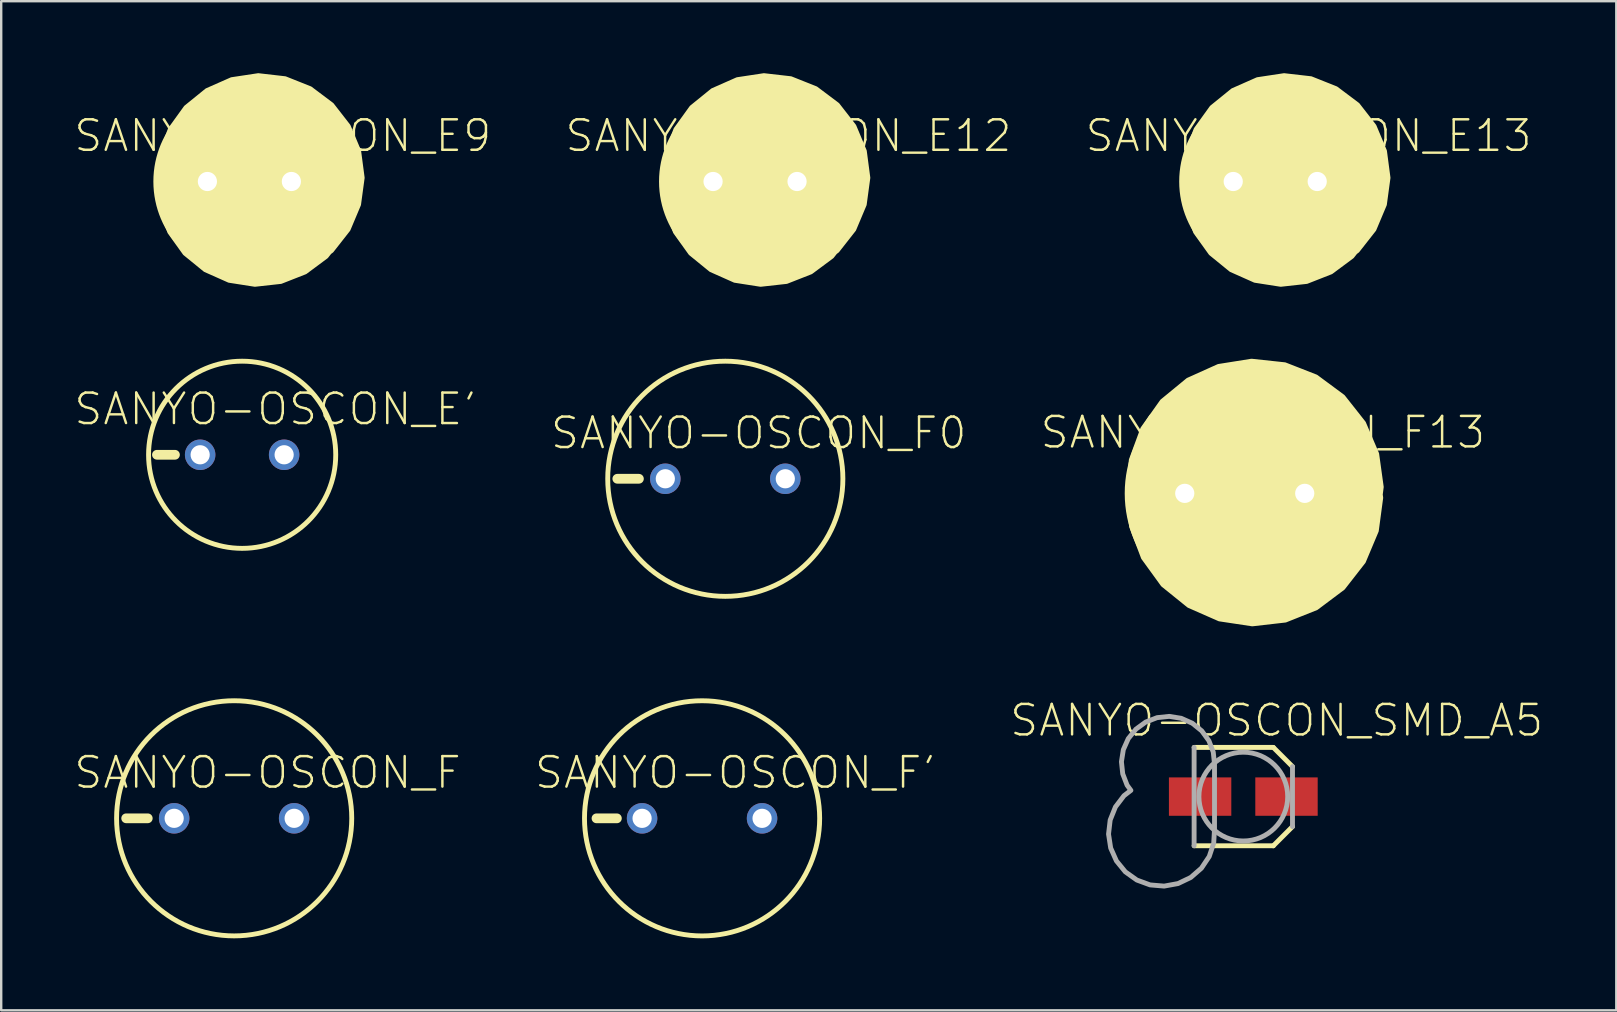
<source format=kicad_pcb>
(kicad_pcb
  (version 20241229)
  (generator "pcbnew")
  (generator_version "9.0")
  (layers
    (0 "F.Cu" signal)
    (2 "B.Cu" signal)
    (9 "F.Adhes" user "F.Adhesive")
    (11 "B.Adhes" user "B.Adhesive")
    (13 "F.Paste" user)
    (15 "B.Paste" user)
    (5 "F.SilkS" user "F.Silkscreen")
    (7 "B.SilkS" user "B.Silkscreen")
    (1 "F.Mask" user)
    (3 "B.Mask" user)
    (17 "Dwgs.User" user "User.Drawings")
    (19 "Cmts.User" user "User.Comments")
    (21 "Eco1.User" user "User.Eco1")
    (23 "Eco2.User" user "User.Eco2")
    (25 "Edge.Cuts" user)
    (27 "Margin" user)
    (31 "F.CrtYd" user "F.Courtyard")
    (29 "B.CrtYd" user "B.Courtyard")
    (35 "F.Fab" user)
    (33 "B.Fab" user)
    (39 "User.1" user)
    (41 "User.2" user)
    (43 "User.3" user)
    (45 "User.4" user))
  (footprint "SANYO-OSCON_F"
    (layer "F.Cu")
    (at 6.708 31.052)
    (property "Reference" "SANYO-OSCON_F" (at 1.391 -1.905 0) (layer "F.SilkS") (effects (font (size 1.27 1.27) (thickness 0.102))))
    (attr through_hole)
    (fp_line (start -4.5 0) (end -3.6 0) (stroke (width 0.406) (type solid)) (layer "F.SilkS"))
    (fp_circle (center 0 0) (end 4.9 0) (stroke (width 0.203) (type solid)) (fill no) (layer "F.SilkS"))
    (pad "+" thru_hole circle (at 2.5 0) (size 1.27 1.27) (drill 0.8) (layers "*.Cu" "*.Mask"))
    (pad "-" thru_hole circle (at -2.5 0) (size 1.27 1.27) (drill 0.8) (layers "*.Cu" "*.Mask")))
  (footprint "SANYO-OSCON_E13"
    (layer "F.Cu")
    (at 50.093 4.514)
    (property "Reference" "SANYO-OSCON_E13" (at 1.391 -1.905 0) (layer "F.SilkS") (effects (font (size 1.27 1.27) (thickness 0.102))))
    (attr through_hole)
    (fp_circle (center 0 0) (end 3.9 0) (stroke (width 0.203) (type solid)) (fill no) (layer "F.SilkS"))
    (fp_poly (pts (xy -2.65 -2.7) (xy -2.65 2.75) (xy -1.779 3.46) (xy -0.752 3.917) (xy 0.358 4.09) (xy 1.475 3.965) (xy 2.52 3.552) (xy 3.421 2.879) (xy 4.114 1.995) (xy 4.55 0.959) (xy 4.701 -0.155) (xy 4.554 -1.269) (xy 4.12 -2.306) (xy 3.43 -3.193) (xy 2.532 -3.868) (xy 1.488 -4.284) (xy 0.371 -4.412) (xy -0.74 -4.244) (xy -1.768 -3.79) (xy -2.641 -3.082) (xy -3.298 -2.171) (xy -3.694 -1.119) (xy -3.8 -0.000001) (xy -3.699 1.083) (xy -3.317 2.103) (xy -2.683 2.987) (xy -1.84 3.674) (xy -0.846 4.117) (xy 0.23 4.285) (xy 1.311 4.165) (xy 2.324 3.767) (xy 3.197 3.118) (xy 3.871 2.264) (xy 4.297 1.262) (xy 4.447 0.185) (xy 4.31 -0.895) (xy 3.895 -1.901) (xy 3.231 -2.763) (xy 2.366 -3.422) (xy 1.358 -3.832) (xy 0.277 -3.964) (xy -0.8 -3.809) (xy -1.799 -3.378) (xy -2.65 -2.7)) (stroke (width 0.203) (type solid)) (fill yes) (layer "F.SilkS"))
    (pad "+" thru_hole circle (at 1.75 0) (size 1.27 1.27) (drill 0.8) (layers "*.Cu" "*.Mask"))
    (pad "-" thru_hole circle (at -1.75 0) (size 1.27 1.27) (drill 0.8) (layers "*.Cu" "*.Mask")))
  (footprint "SANYO-OSCON_E9"
    (layer "F.Cu")
    (at 7.343 4.514)
    (property "Reference" "SANYO-OSCON_E9" (at 1.391 -1.905 0) (layer "F.SilkS") (effects (font (size 1.27 1.27) (thickness 0.102))))
    (attr through_hole)
    (fp_circle (center 0 0) (end 3.9 0) (stroke (width 0.203) (type solid)) (fill no) (layer "F.SilkS"))
    (fp_poly (pts (xy -2.65 -2.7) (xy -2.65 2.75) (xy -1.779 3.46) (xy -0.752 3.917) (xy 0.358 4.09) (xy 1.475 3.965) (xy 2.52 3.552) (xy 3.421 2.879) (xy 4.114 1.995) (xy 4.55 0.959) (xy 4.701 -0.155) (xy 4.554 -1.269) (xy 4.12 -2.306) (xy 3.43 -3.193) (xy 2.532 -3.868) (xy 1.488 -4.284) (xy 0.371 -4.412) (xy -0.74 -4.244) (xy -1.768 -3.79) (xy -2.641 -3.082) (xy -3.298 -2.171) (xy -3.694 -1.119) (xy -3.8 -0.000001) (xy -3.699 1.083) (xy -3.317 2.103) (xy -2.683 2.987) (xy -1.84 3.674) (xy -0.846 4.117) (xy 0.23 4.285) (xy 1.311 4.165) (xy 2.324 3.767) (xy 3.197 3.118) (xy 3.871 2.264) (xy 4.297 1.262) (xy 4.447 0.185) (xy 4.31 -0.895) (xy 3.895 -1.901) (xy 3.231 -2.763) (xy 2.366 -3.422) (xy 1.358 -3.832) (xy 0.277 -3.964) (xy -0.8 -3.809) (xy -1.799 -3.378) (xy -2.65 -2.7)) (stroke (width 0.203) (type solid)) (fill yes) (layer "F.SilkS"))
    (pad "+" thru_hole circle (at 1.75 0) (size 1.27 1.27) (drill 0.8) (layers "*.Cu" "*.Mask"))
    (pad "-" thru_hole circle (at -1.75 0) (size 1.27 1.27) (drill 0.8) (layers "*.Cu" "*.Mask")))
  (footprint "SANYO-OSCON_E'"
    (layer "F.Cu")
    (at 7.041 15.902)
    (property "Reference" "SANYO-OSCON_E'" (at 1.391 -1.905 0) (layer "F.SilkS") (effects (font (size 1.27 1.27) (thickness 0.102))))
    (attr through_hole)
    (fp_line (start -3.55 0) (end -2.8 0) (stroke (width 0.406) (type solid)) (layer "F.SilkS"))
    (fp_circle (center 0 0) (end 3.9 0) (stroke (width 0.203) (type solid)) (fill no) (layer "F.SilkS"))
    (pad "+" thru_hole circle (at 1.75 0) (size 1.27 1.27) (drill 0.8) (layers "*.Cu" "*.Mask"))
    (pad "-" thru_hole circle (at -1.75 0) (size 1.27 1.27) (drill 0.8) (layers "*.Cu" "*.Mask")))
  (footprint "SANYO-OSCON_F'"
    (layer "F.Cu")
    (at 26.208 31.053)
    (property "Reference" "SANYO-OSCON_F'" (at 1.391 -1.905 0) (layer "F.SilkS") (effects (font (size 1.27 1.27) (thickness 0.102))))
    (attr through_hole)
    (fp_line (start -3.55 0) (end -4.4 0) (stroke (width 0.406) (type solid)) (layer "F.SilkS"))
    (fp_circle (center 0 0) (end 4.9 0) (stroke (width 0.203) (type solid)) (fill no) (layer "F.SilkS"))
    (pad "+" thru_hole circle (at 2.5 0) (size 1.27 1.27) (drill 0.8) (layers "*.Cu" "*.Mask"))
    (pad "-" thru_hole circle (at -2.5 0) (size 1.27 1.27) (drill 0.8) (layers "*.Cu" "*.Mask")))
  (footprint "SANYO-OSCON_E12"
    (layer "F.Cu")
    (at 28.416 4.514)
    (property "Reference" "SANYO-OSCON_E12" (at 1.391 -1.905 0) (layer "F.SilkS") (effects (font (size 1.27 1.27) (thickness 0.102))))
    (attr through_hole)
    (fp_circle (center 0 0) (end 3.9 0) (stroke (width 0.203) (type solid)) (fill no) (layer "F.SilkS"))
    (fp_poly (pts (xy -2.65 -2.7) (xy -2.65 2.75) (xy -1.779 3.46) (xy -0.752 3.917) (xy 0.358 4.09) (xy 1.475 3.965) (xy 2.52 3.552) (xy 3.421 2.879) (xy 4.114 1.995) (xy 4.55 0.959) (xy 4.701 -0.155) (xy 4.554 -1.269) (xy 4.12 -2.306) (xy 3.43 -3.193) (xy 2.532 -3.868) (xy 1.488 -4.284) (xy 0.371 -4.412) (xy -0.74 -4.244) (xy -1.768 -3.79) (xy -2.641 -3.082) (xy -3.298 -2.171) (xy -3.694 -1.119) (xy -3.8 -0.000001) (xy -3.699 1.083) (xy -3.317 2.103) (xy -2.683 2.987) (xy -1.84 3.674) (xy -0.846 4.117) (xy 0.23 4.285) (xy 1.311 4.165) (xy 2.324 3.767) (xy 3.197 3.118) (xy 3.871 2.264) (xy 4.297 1.262) (xy 4.447 0.185) (xy 4.31 -0.895) (xy 3.895 -1.901) (xy 3.231 -2.763) (xy 2.366 -3.422) (xy 1.358 -3.832) (xy 0.277 -3.964) (xy -0.8 -3.809) (xy -1.799 -3.378) (xy -2.65 -2.7)) (stroke (width 0.203) (type solid)) (fill yes) (layer "F.SilkS"))
    (pad "+" thru_hole circle (at 1.75 0) (size 1.27 1.27) (drill 0.8) (layers "*.Cu" "*.Mask"))
    (pad "-" thru_hole circle (at -1.75 0) (size 1.27 1.27) (drill 0.8) (layers "*.Cu" "*.Mask")))
  (footprint "SANYO-OSCON_F13"
    (layer "F.Cu")
    (at 48.823 17.51)
    (property "Reference" "SANYO-OSCON_F13" (at 0.756 -2.54 0) (layer "F.SilkS") (effects (font (size 1.27 1.27) (thickness 0.102))))
    (attr through_hole)
    (fp_circle (center 0 0) (end 4.9 0) (stroke (width 0.203) (type solid)) (fill no) (layer "F.SilkS"))
    (fp_poly (pts (xy -3.4 -3.45) (xy -3.4 3.4) (xy -2.314 4.273) (xy -1.037 4.831) (xy 0.342 5.035) (xy 1.726 4.87) (xy 3.018 4.349) (xy 4.129 3.507) (xy 4.98 2.404) (xy 5.513 1.116) (xy 5.689 -0.266) (xy 5.498 -1.646) (xy 4.951 -2.928) (xy 4.088 -4.022) (xy 2.968 -4.851) (xy 1.67 -5.359) (xy 0.284 -5.508) (xy -1.092 -5.289) (xy -2.363 -4.717) (xy -3.44 -3.832) (xy -4.247 -2.696) (xy -4.728 -1.388) (xy -4.85 -0.000001) (xy -4.714 1.381) (xy -4.222 2.678) (xy -3.407 3.802) (xy -2.328 4.673) (xy -1.057 5.232) (xy 0.315 5.439) (xy 1.693 5.281) (xy 2.982 4.767) (xy 4.092 3.934) (xy 4.945 2.84) (xy 5.483 1.561) (xy 5.667 0.185) (xy 5.486 -1.19) (xy 4.951 -2.471) (xy 4.1 -3.567) (xy 2.992 -4.402) (xy 1.704 -4.918) (xy 0.325 -5.08) (xy -1.047 -4.875) (xy -2.318 -4.319) (xy -3.4 -3.45)) (stroke (width 0.203) (type solid)) (fill yes) (layer "F.SilkS"))
    (pad "+" thru_hole circle (at 2.5 0) (size 1.27 1.27) (drill 0.8) (layers "*.Cu" "*.Mask"))
    (pad "-" thru_hole circle (at -2.5 0) (size 1.27 1.27) (drill 0.8) (layers "*.Cu" "*.Mask")))
  (footprint "SANYO-OSCON_F0"
    (layer "F.Cu")
    (at 27.176 16.902)
    (property "Reference" "SANYO-OSCON_F0" (at 1.391 -1.905 0) (layer "F.SilkS") (effects (font (size 1.27 1.27) (thickness 0.102))))
    (attr through_hole)
    (fp_line (start -4.5 0) (end -3.6 0) (stroke (width 0.406) (type solid)) (layer "F.SilkS"))
    (fp_circle (center 0 0) (end 4.9 0) (stroke (width 0.203) (type solid)) (fill no) (layer "F.SilkS"))
    (pad "+" thru_hole circle (at 2.5 0) (size 1.27 1.27) (drill 0.8) (layers "*.Cu" "*.Mask"))
    (pad "-" thru_hole circle (at -2.5 0) (size 1.27 1.27) (drill 0.8) (layers "*.Cu" "*.Mask")))
  (footprint "SANYO-OSCON_SMD_A5"
    (layer "F.Cu")
    (at 48.763 30.147)
    (property "Reference" "SANYO-OSCON_SMD_A5" (at 1.391 -3.175 0) (layer "F.SilkS") (effects (font (size 1.27 1.27) (thickness 0.102))))
    (attr through_hole)
    (fp_line (start -2.05 -2.05) (end 1.25 -2.05) (stroke (width 0.203) (type solid)) (layer "F.SilkS"))
    (fp_line (start 1.25 -2.05) (end 2.05 -1.25) (stroke (width 0.203) (type solid)) (layer "F.SilkS"))
    (fp_line (start 1.25 2.05) (end -2.05 2.05) (stroke (width 0.203) (type solid)) (layer "F.SilkS"))
    (fp_line (start 2.05 1.25) (end 1.25 2.05) (stroke (width 0.203) (type solid)) (layer "F.SilkS"))
    (fp_line (start -2.05 2.05) (end -2.05 -2.05) (stroke (width 0.203) (type solid)) (layer "F.Fab"))
    (fp_line (start 2.05 -1.25) (end 2.05 1.25) (stroke (width 0.203) (type solid)) (layer "F.Fab"))
    (fp_circle (center 0 0) (end 1.85 0) (stroke (width 0.203) (type solid)) (fill no) (layer "F.Fab"))
    (fp_poly (pts (xy -1.2 1.35) (xy -1.2 -1.35) (xy -1.252 -1.854) (xy -1.433 -2.328) (xy -1.731 -2.738) (xy -2.125 -3.057) (xy -2.587 -3.263) (xy -3.088 -3.343) (xy -3.592 -3.29) (xy -4.065 -3.108) (xy -4.475 -2.81) (xy -4.794 -2.416) (xy -5 -1.953) (xy -5.079 -1.453) (xy -5.025 -0.949) (xy -4.843 -0.476) (xy -4.544 -0.066) (xy -4.15 0.252) (xy -3.687 0.458) (xy -3.186 0.536) (xy -2.682 0.482) (xy -2.209 0.299) (xy -1.8 0) (xy -2.258 -0.369) (xy -2.797 -0.605) (xy -3.379 -0.69) (xy -3.963 -0.618) (xy -4.507 -0.396) (xy -4.973 -0.037) (xy -5.329 0.431) (xy -5.548 0.977) (xy -5.616 1.562) (xy -5.527 2.143) (xy -5.288 2.68) (xy -4.916 3.136) (xy -4.437 3.477) (xy -3.885 3.68) (xy -3.299 3.73) (xy -2.72 3.624) (xy -2.19 3.37) (xy -1.746 2.984) (xy -1.419 2.495) (xy -1.233 1.937) (xy -1.2 1.35)) (stroke (width 0.203) (type solid)) (fill no) (layer "F.Fab"))
    (pad "+" smd rect (at 1.8 0) (size 2.6 1.6) (layers "F.Cu" "F.Mask" "F.Paste"))
    (pad "-" smd rect (at -1.8 0) (size 2.6 1.6) (layers "F.Cu" "F.Mask" "F.Paste")))
  (gr_rect
    (start -3 -3)
    (end 64.307 39.054)
    (stroke (width 0.1) (type default))
    (fill no)
    (layer "Edge.Cuts")))
</source>
